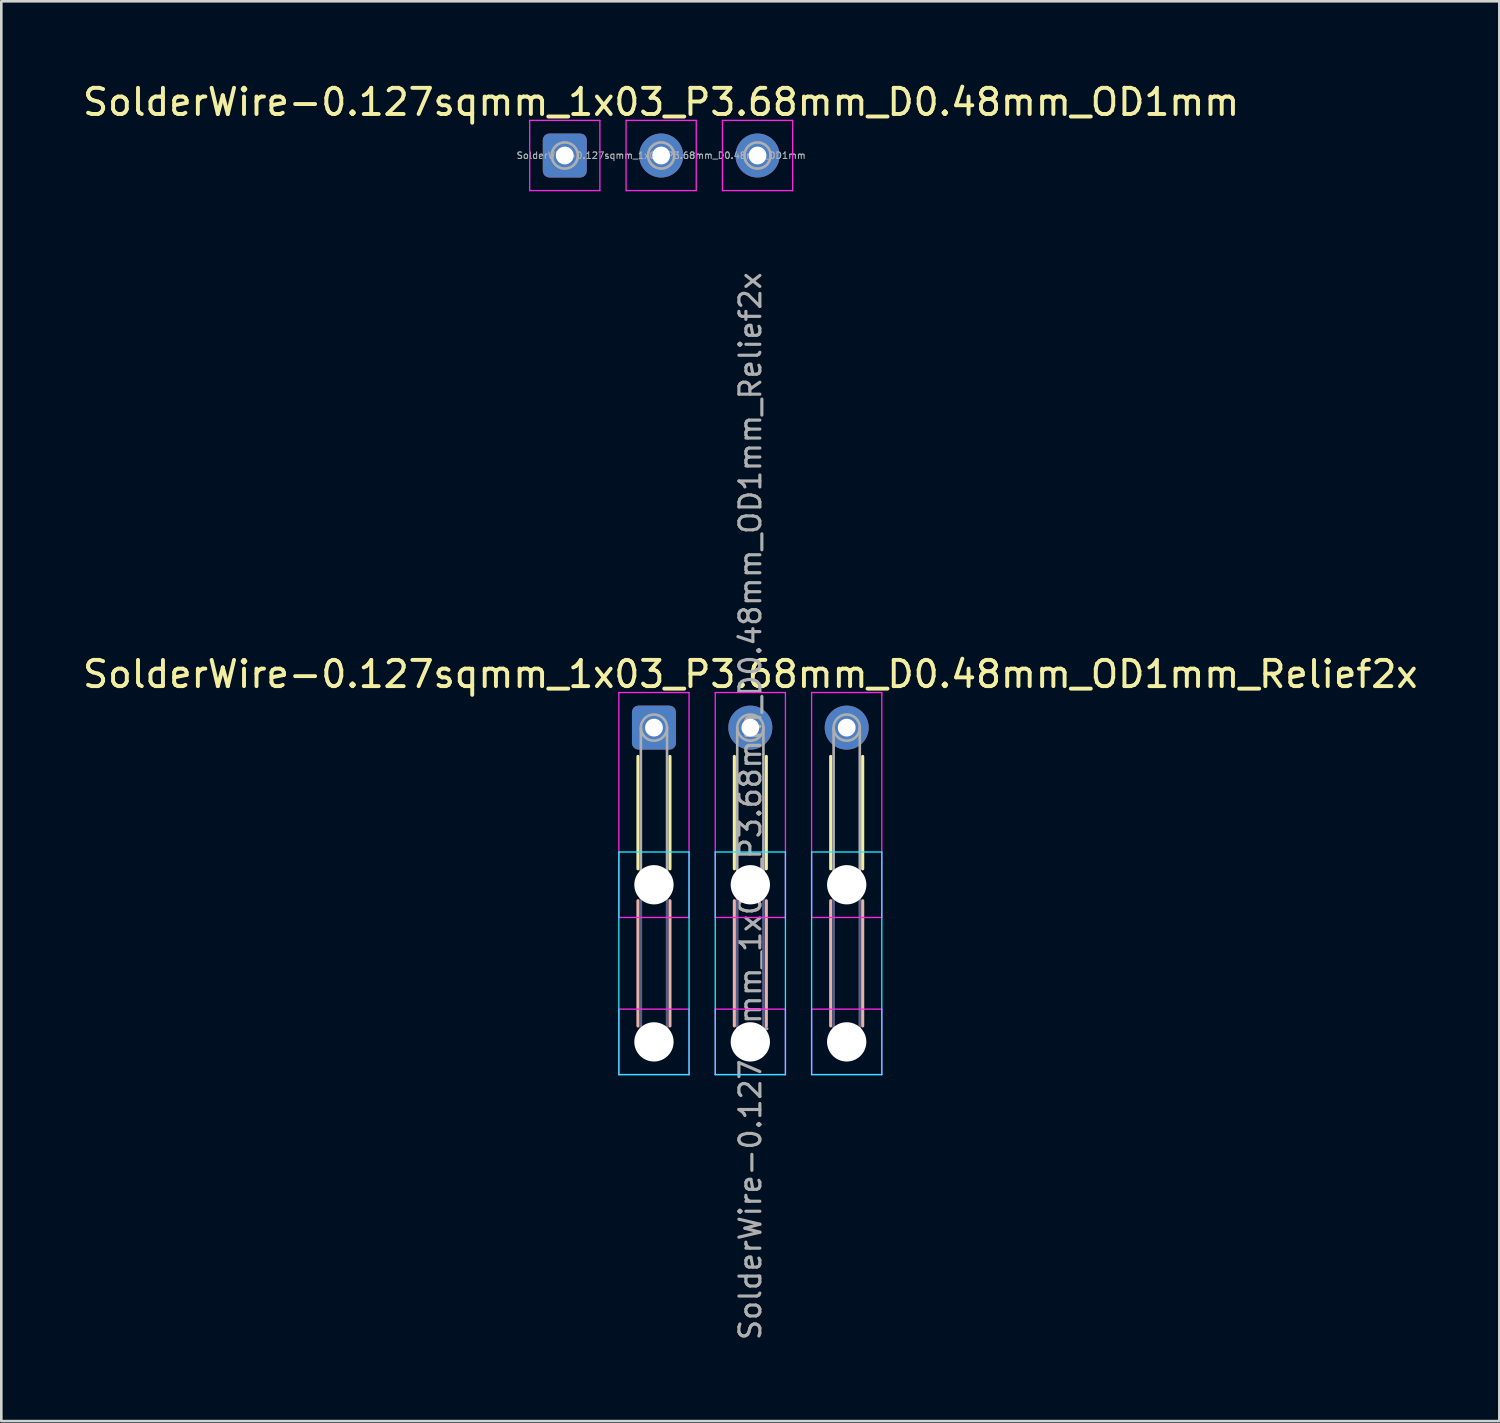
<source format=kicad_pcb>
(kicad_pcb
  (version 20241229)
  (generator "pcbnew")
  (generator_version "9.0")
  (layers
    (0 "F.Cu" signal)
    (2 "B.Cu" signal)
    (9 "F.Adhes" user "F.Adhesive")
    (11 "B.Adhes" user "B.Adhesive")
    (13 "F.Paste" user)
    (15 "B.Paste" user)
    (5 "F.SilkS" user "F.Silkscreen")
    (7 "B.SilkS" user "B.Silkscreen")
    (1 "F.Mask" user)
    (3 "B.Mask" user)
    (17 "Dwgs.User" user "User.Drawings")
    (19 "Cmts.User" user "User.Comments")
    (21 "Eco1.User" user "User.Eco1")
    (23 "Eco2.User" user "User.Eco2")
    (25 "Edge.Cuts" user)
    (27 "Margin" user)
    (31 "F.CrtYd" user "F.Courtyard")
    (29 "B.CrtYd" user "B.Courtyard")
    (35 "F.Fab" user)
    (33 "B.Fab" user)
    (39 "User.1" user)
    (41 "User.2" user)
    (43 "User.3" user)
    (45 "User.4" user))
  (footprint "SolderWire-0.127sqmm_1x03_P3.68mm_D0.48mm_OD1mm_Relief2x"
    (layer "F.Cu")
    (at 21.921 24.734)
    (property "Reference" "SolderWire-0.127sqmm_1x03_P3.68mm_D0.48mm_OD1mm_Relief2x" (at 3.68 -2.04 0) (layer "F.SilkS") (effects (font (size 1 1) (thickness 0.15))))
    (attr exclude_from_pos_files exclude_from_bom)
    (fp_line (start -0.61 1.1) (end -0.61 5.39) (stroke (width 0.12) (type solid)) (layer "F.SilkS"))
    (fp_line (start 0.61 1.1) (end 0.61 5.39) (stroke (width 0.12) (type solid)) (layer "F.SilkS"))
    (fp_line (start 3.07 1.1) (end 3.07 5.39) (stroke (width 0.12) (type solid)) (layer "F.SilkS"))
    (fp_line (start 4.29 1.1) (end 4.29 5.39) (stroke (width 0.12) (type solid)) (layer "F.SilkS"))
    (fp_line (start 6.75 1.1) (end 6.75 5.39) (stroke (width 0.12) (type solid)) (layer "F.SilkS"))
    (fp_line (start 7.97 1.1) (end 7.97 5.39) (stroke (width 0.12) (type solid)) (layer "F.SilkS"))
    (fp_line (start -0.61 6.61) (end -0.61 11.39) (stroke (width 0.12) (type solid)) (layer "B.SilkS"))
    (fp_line (start 0.61 6.61) (end 0.61 11.39) (stroke (width 0.12) (type solid)) (layer "B.SilkS"))
    (fp_line (start 3.07 6.61) (end 3.07 11.39) (stroke (width 0.12) (type solid)) (layer "B.SilkS"))
    (fp_line (start 4.29 6.61) (end 4.29 11.39) (stroke (width 0.12) (type solid)) (layer "B.SilkS"))
    (fp_line (start 6.75 6.61) (end 6.75 11.39) (stroke (width 0.12) (type solid)) (layer "B.SilkS"))
    (fp_line (start 7.97 6.61) (end 7.97 11.39) (stroke (width 0.12) (type solid)) (layer "B.SilkS"))
    (fp_line (start -1.34 4.75) (end -1.34 13.25) (stroke (width 0.05) (type solid)) (layer "B.CrtYd"))
    (fp_line (start -1.34 13.25) (end 1.34 13.25) (stroke (width 0.05) (type solid)) (layer "B.CrtYd"))
    (fp_line (start 1.34 4.75) (end -1.34 4.75) (stroke (width 0.05) (type solid)) (layer "B.CrtYd"))
    (fp_line (start 1.34 13.25) (end 1.34 4.75) (stroke (width 0.05) (type solid)) (layer "B.CrtYd"))
    (fp_line (start 2.34 4.75) (end 2.34 13.25) (stroke (width 0.05) (type solid)) (layer "B.CrtYd"))
    (fp_line (start 2.34 13.25) (end 5.02 13.25) (stroke (width 0.05) (type solid)) (layer "B.CrtYd"))
    (fp_line (start 5.02 4.75) (end 2.34 4.75) (stroke (width 0.05) (type solid)) (layer "B.CrtYd"))
    (fp_line (start 5.02 13.25) (end 5.02 4.75) (stroke (width 0.05) (type solid)) (layer "B.CrtYd"))
    (fp_line (start 6.02 4.75) (end 6.02 13.25) (stroke (width 0.05) (type solid)) (layer "B.CrtYd"))
    (fp_line (start 6.02 13.25) (end 8.7 13.25) (stroke (width 0.05) (type solid)) (layer "B.CrtYd"))
    (fp_line (start 8.7 4.75) (end 6.02 4.75) (stroke (width 0.05) (type solid)) (layer "B.CrtYd"))
    (fp_line (start 8.7 13.25) (end 8.7 4.75) (stroke (width 0.05) (type solid)) (layer "B.CrtYd"))
    (fp_line (start -1.34 -1.34) (end -1.34 7.25) (stroke (width 0.05) (type solid)) (layer "F.CrtYd"))
    (fp_line (start -1.34 7.25) (end 1.34 7.25) (stroke (width 0.05) (type solid)) (layer "F.CrtYd"))
    (fp_line (start -1.34 10.75) (end -1.34 13.25) (stroke (width 0.05) (type solid)) (layer "F.CrtYd"))
    (fp_line (start -1.34 13.25) (end 1.34 13.25) (stroke (width 0.05) (type solid)) (layer "F.CrtYd"))
    (fp_line (start 1.34 -1.34) (end -1.34 -1.34) (stroke (width 0.05) (type solid)) (layer "F.CrtYd"))
    (fp_line (start 1.34 7.25) (end 1.34 -1.34) (stroke (width 0.05) (type solid)) (layer "F.CrtYd"))
    (fp_line (start 1.34 10.75) (end -1.34 10.75) (stroke (width 0.05) (type solid)) (layer "F.CrtYd"))
    (fp_line (start 1.34 13.25) (end 1.34 10.75) (stroke (width 0.05) (type solid)) (layer "F.CrtYd"))
    (fp_line (start 2.34 -1.34) (end 2.34 7.25) (stroke (width 0.05) (type solid)) (layer "F.CrtYd"))
    (fp_line (start 2.34 7.25) (end 5.02 7.25) (stroke (width 0.05) (type solid)) (layer "F.CrtYd"))
    (fp_line (start 2.34 10.75) (end 2.34 13.25) (stroke (width 0.05) (type solid)) (layer "F.CrtYd"))
    (fp_line (start 2.34 13.25) (end 5.02 13.25) (stroke (width 0.05) (type solid)) (layer "F.CrtYd"))
    (fp_line (start 5.02 -1.34) (end 2.34 -1.34) (stroke (width 0.05) (type solid)) (layer "F.CrtYd"))
    (fp_line (start 5.02 7.25) (end 5.02 -1.34) (stroke (width 0.05) (type solid)) (layer "F.CrtYd"))
    (fp_line (start 5.02 10.75) (end 2.34 10.75) (stroke (width 0.05) (type solid)) (layer "F.CrtYd"))
    (fp_line (start 5.02 13.25) (end 5.02 10.75) (stroke (width 0.05) (type solid)) (layer "F.CrtYd"))
    (fp_line (start 6.02 -1.34) (end 6.02 7.25) (stroke (width 0.05) (type solid)) (layer "F.CrtYd"))
    (fp_line (start 6.02 7.25) (end 8.7 7.25) (stroke (width 0.05) (type solid)) (layer "F.CrtYd"))
    (fp_line (start 6.02 10.75) (end 6.02 13.25) (stroke (width 0.05) (type solid)) (layer "F.CrtYd"))
    (fp_line (start 6.02 13.25) (end 8.7 13.25) (stroke (width 0.05) (type solid)) (layer "F.CrtYd"))
    (fp_line (start 8.7 -1.34) (end 6.02 -1.34) (stroke (width 0.05) (type solid)) (layer "F.CrtYd"))
    (fp_line (start 8.7 7.25) (end 8.7 -1.34) (stroke (width 0.05) (type solid)) (layer "F.CrtYd"))
    (fp_line (start 8.7 10.75) (end 6.02 10.75) (stroke (width 0.05) (type solid)) (layer "F.CrtYd"))
    (fp_line (start 8.7 13.25) (end 8.7 10.75) (stroke (width 0.05) (type solid)) (layer "F.CrtYd"))
    (fp_line (start -0.5 6) (end -0.5 12) (stroke (width 0.1) (type solid)) (layer "B.Fab"))
    (fp_line (start 0.5 6) (end 0.5 12) (stroke (width 0.1) (type solid)) (layer "B.Fab"))
    (fp_line (start 3.18 6) (end 3.18 12) (stroke (width 0.1) (type solid)) (layer "B.Fab"))
    (fp_line (start 4.18 6) (end 4.18 12) (stroke (width 0.1) (type solid)) (layer "B.Fab"))
    (fp_line (start 6.86 6) (end 6.86 12) (stroke (width 0.1) (type solid)) (layer "B.Fab"))
    (fp_line (start 7.86 6) (end 7.86 12) (stroke (width 0.1) (type solid)) (layer "B.Fab"))
    (fp_circle (center 0 6) (end 0.5 6) (stroke (width 0.1) (type solid)) (fill no) (layer "B.Fab"))
    (fp_circle (center 0 12) (end 0.5 12) (stroke (width 0.1) (type solid)) (fill no) (layer "B.Fab"))
    (fp_circle (center 3.68 6) (end 4.18 6) (stroke (width 0.1) (type solid)) (fill no) (layer "B.Fab"))
    (fp_circle (center 3.68 12) (end 4.18 12) (stroke (width 0.1) (type solid)) (fill no) (layer "B.Fab"))
    (fp_circle (center 7.36 6) (end 7.86 6) (stroke (width 0.1) (type solid)) (fill no) (layer "B.Fab"))
    (fp_circle (center 7.36 12) (end 7.86 12) (stroke (width 0.1) (type solid)) (fill no) (layer "B.Fab"))
    (fp_line (start -0.5 0) (end -0.5 6) (stroke (width 0.1) (type solid)) (layer "F.Fab"))
    (fp_line (start 0.5 0) (end 0.5 6) (stroke (width 0.1) (type solid)) (layer "F.Fab"))
    (fp_line (start 3.18 0) (end 3.18 6) (stroke (width 0.1) (type solid)) (layer "F.Fab"))
    (fp_line (start 4.18 0) (end 4.18 6) (stroke (width 0.1) (type solid)) (layer "F.Fab"))
    (fp_line (start 6.86 0) (end 6.86 6) (stroke (width 0.1) (type solid)) (layer "F.Fab"))
    (fp_line (start 7.86 0) (end 7.86 6) (stroke (width 0.1) (type solid)) (layer "F.Fab"))
    (fp_circle (center 0 0) (end 0.5 0) (stroke (width 0.1) (type solid)) (fill no) (layer "F.Fab"))
    (fp_circle (center 0 6) (end 0.5 6) (stroke (width 0.1) (type solid)) (fill no) (layer "F.Fab"))
    (fp_circle (center 0 12) (end 0.5 12) (stroke (width 0.1) (type solid)) (fill no) (layer "F.Fab"))
    (fp_circle (center 3.68 0) (end 4.18 0) (stroke (width 0.1) (type solid)) (fill no) (layer "F.Fab"))
    (fp_circle (center 3.68 6) (end 4.18 6) (stroke (width 0.1) (type solid)) (fill no) (layer "F.Fab"))
    (fp_circle (center 3.68 12) (end 4.18 12) (stroke (width 0.1) (type solid)) (fill no) (layer "F.Fab"))
    (fp_circle (center 7.36 0) (end 7.86 0) (stroke (width 0.1) (type solid)) (fill no) (layer "F.Fab"))
    (fp_circle (center 7.36 6) (end 7.86 6) (stroke (width 0.1) (type solid)) (fill no) (layer "F.Fab"))
    (fp_circle (center 7.36 12) (end 7.86 12) (stroke (width 0.1) (type solid)) (fill no) (layer "F.Fab"))
    (fp_text user "${REFERENCE}" (at 3.68 3 90) (layer "F.Fab") (effects (font (size 0.8 0.8) (thickness 0.12))))
    (pad "" np_thru_hole circle (at 0 6) (size 1.5 1.5) (drill 1.5) (layers "*.Cu" "*.Mask"))
    (pad "" np_thru_hole circle (at 0 12) (size 1.5 1.5) (drill 1.5) (layers "*.Cu" "*.Mask"))
    (pad "" np_thru_hole circle (at 3.68 6) (size 1.5 1.5) (drill 1.5) (layers "*.Cu" "*.Mask"))
    (pad "" np_thru_hole circle (at 3.68 12) (size 1.5 1.5) (drill 1.5) (layers "*.Cu" "*.Mask"))
    (pad "" np_thru_hole circle (at 7.36 6) (size 1.5 1.5) (drill 1.5) (layers "*.Cu" "*.Mask"))
    (pad "" np_thru_hole circle (at 7.36 12) (size 1.5 1.5) (drill 1.5) (layers "*.Cu" "*.Mask"))
    (pad "1" thru_hole roundrect (at 0 0) (size 1.68 1.68) (drill 0.68) (layers "*.Cu" "*.Mask") (roundrect_rratio 0.149))
    (pad "2" thru_hole circle (at 3.68 0) (size 1.68 1.68) (drill 0.68) (layers "*.Cu" "*.Mask"))
    (pad "3" thru_hole circle (at 7.36 0) (size 1.68 1.68) (drill 0.68) (layers "*.Cu" "*.Mask")))
  (footprint "SolderWire-0.127sqmm_1x03_P3.68mm_D0.48mm_OD1mm"
    (layer "F.Cu")
    (at 18.516 2.888)
    (property "Reference" "SolderWire-0.127sqmm_1x03_P3.68mm_D0.48mm_OD1mm" (at 3.68 -2.04 0) (layer "F.SilkS") (effects (font (size 1 1) (thickness 0.15))))
    (attr exclude_from_pos_files exclude_from_bom)
    (fp_line (start -1.34 -1.34) (end -1.34 1.34) (stroke (width 0.05) (type solid)) (layer "F.CrtYd"))
    (fp_line (start -1.34 1.34) (end 1.34 1.34) (stroke (width 0.05) (type solid)) (layer "F.CrtYd"))
    (fp_line (start 1.34 -1.34) (end -1.34 -1.34) (stroke (width 0.05) (type solid)) (layer "F.CrtYd"))
    (fp_line (start 1.34 1.34) (end 1.34 -1.34) (stroke (width 0.05) (type solid)) (layer "F.CrtYd"))
    (fp_line (start 2.34 -1.34) (end 2.34 1.34) (stroke (width 0.05) (type solid)) (layer "F.CrtYd"))
    (fp_line (start 2.34 1.34) (end 5.02 1.34) (stroke (width 0.05) (type solid)) (layer "F.CrtYd"))
    (fp_line (start 5.02 -1.34) (end 2.34 -1.34) (stroke (width 0.05) (type solid)) (layer "F.CrtYd"))
    (fp_line (start 5.02 1.34) (end 5.02 -1.34) (stroke (width 0.05) (type solid)) (layer "F.CrtYd"))
    (fp_line (start 6.02 -1.34) (end 6.02 1.34) (stroke (width 0.05) (type solid)) (layer "F.CrtYd"))
    (fp_line (start 6.02 1.34) (end 8.7 1.34) (stroke (width 0.05) (type solid)) (layer "F.CrtYd"))
    (fp_line (start 8.7 -1.34) (end 6.02 -1.34) (stroke (width 0.05) (type solid)) (layer "F.CrtYd"))
    (fp_line (start 8.7 1.34) (end 8.7 -1.34) (stroke (width 0.05) (type solid)) (layer "F.CrtYd"))
    (fp_circle (center 0 0) (end 0.5 0) (stroke (width 0.1) (type solid)) (fill no) (layer "F.Fab"))
    (fp_circle (center 3.68 0) (end 4.18 0) (stroke (width 0.1) (type solid)) (fill no) (layer "F.Fab"))
    (fp_circle (center 7.36 0) (end 7.86 0) (stroke (width 0.1) (type solid)) (fill no) (layer "F.Fab"))
    (fp_text user "${REFERENCE}" (at 3.68 0 0) (layer "F.Fab") (effects (font (size 0.25 0.25) (thickness 0.04))))
    (pad "1" thru_hole roundrect (at 0 0) (size 1.68 1.68) (drill 0.68) (layers "*.Cu" "*.Mask") (roundrect_rratio 0.149))
    (pad "2" thru_hole circle (at 3.68 0) (size 1.68 1.68) (drill 0.68) (layers "*.Cu" "*.Mask"))
    (pad "3" thru_hole circle (at 7.36 0) (size 1.68 1.68) (drill 0.68) (layers "*.Cu" "*.Mask")))
  (gr_rect
    (start -3 -3)
    (end 54.202 51.215)
    (stroke (width 0.1) (type default))
    (fill no)
    (layer "Edge.Cuts")))
</source>
